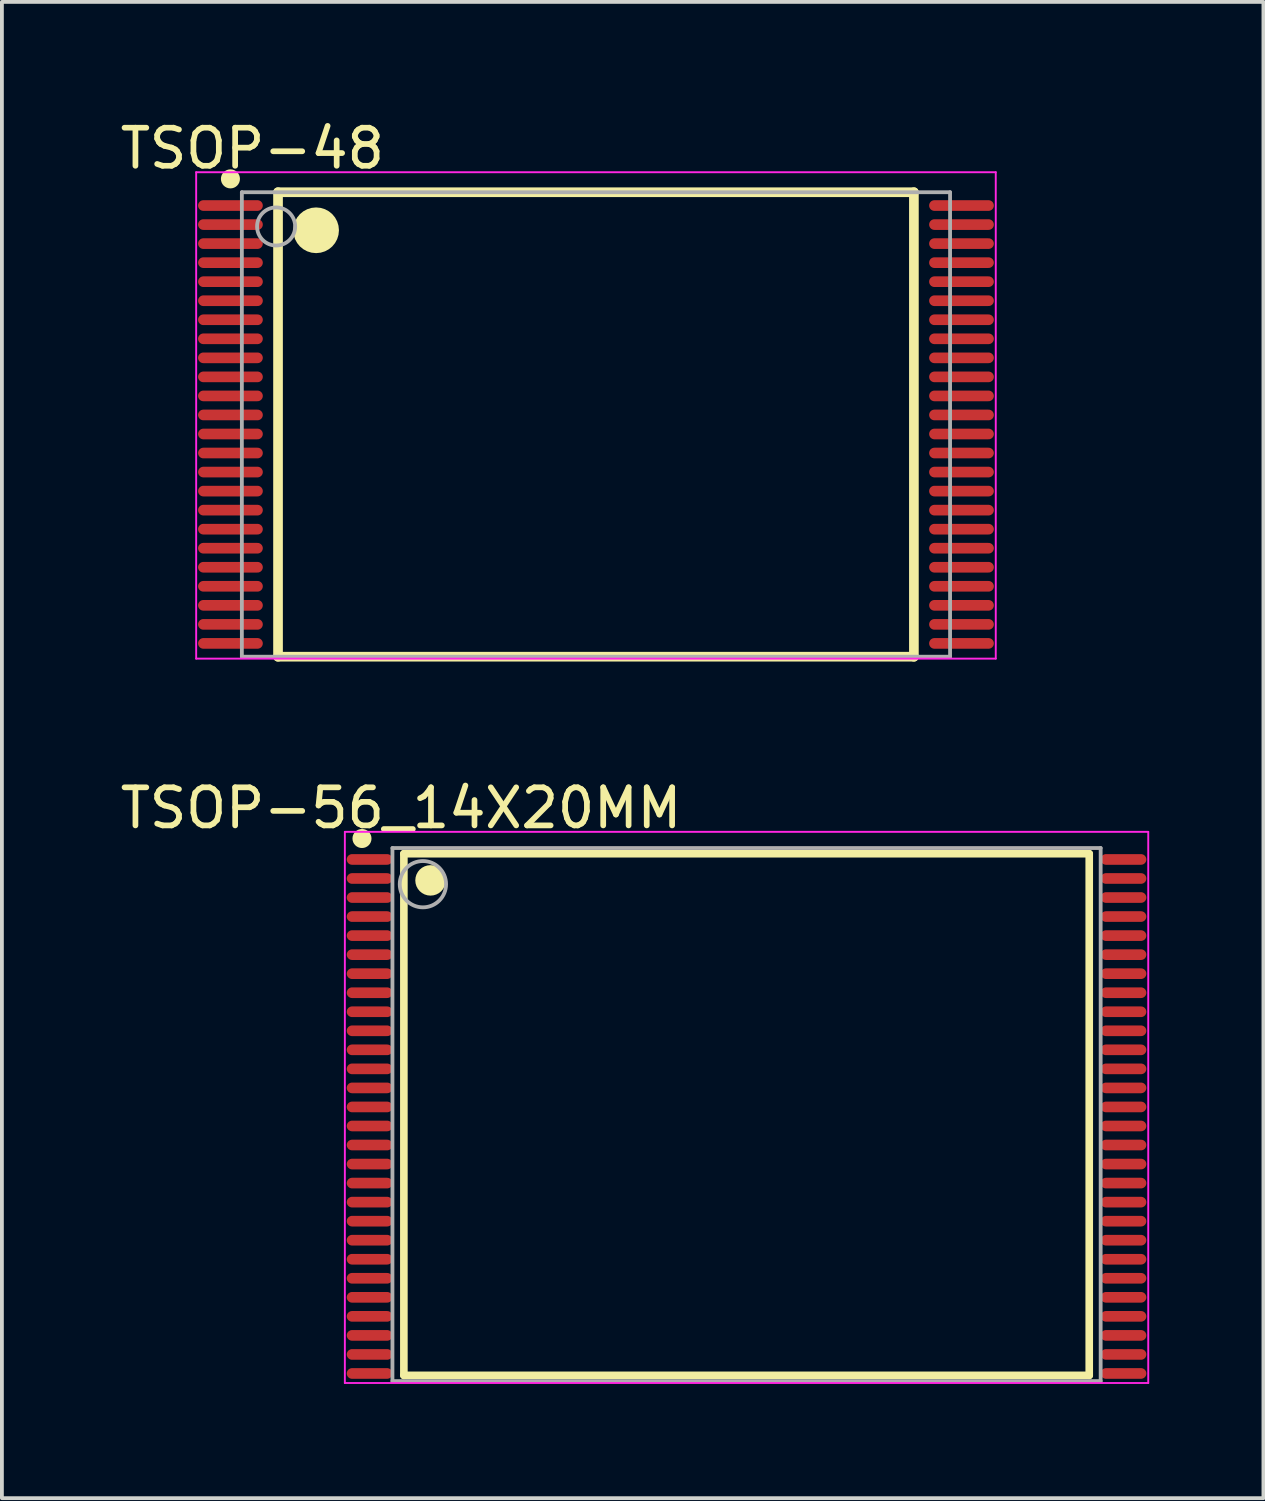
<source format=kicad_pcb>
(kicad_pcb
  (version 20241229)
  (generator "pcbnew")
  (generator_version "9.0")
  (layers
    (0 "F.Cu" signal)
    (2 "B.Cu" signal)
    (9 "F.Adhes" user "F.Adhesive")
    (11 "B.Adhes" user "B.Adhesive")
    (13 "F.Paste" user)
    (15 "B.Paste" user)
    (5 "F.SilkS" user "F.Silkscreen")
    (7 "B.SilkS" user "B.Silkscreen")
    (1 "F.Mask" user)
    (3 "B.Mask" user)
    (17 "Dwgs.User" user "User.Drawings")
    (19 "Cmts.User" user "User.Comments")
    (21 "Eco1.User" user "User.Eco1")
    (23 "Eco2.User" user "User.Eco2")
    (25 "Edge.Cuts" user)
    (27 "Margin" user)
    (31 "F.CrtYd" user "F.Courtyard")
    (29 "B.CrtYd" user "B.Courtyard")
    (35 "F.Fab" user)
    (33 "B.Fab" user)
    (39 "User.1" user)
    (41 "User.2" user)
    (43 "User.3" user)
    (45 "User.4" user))
  (footprint "TSOP-48"
    (layer "F.Cu")
    (at 12.602 8.098)
    (property "Reference" "TSOP-48" (at -9.024 -7.249 0) (layer "F.SilkS") (effects (font (size 1 1) (thickness 0.15))))
    (attr through_hole)
    (fp_line (start -8.35 -6.1) (end 8.35 -6.1) (stroke (width 0.254) (type solid)) (layer "F.SilkS"))
    (fp_line (start -8.35 6.1) (end -8.35 -6.1) (stroke (width 0.254) (type solid)) (layer "F.SilkS"))
    (fp_line (start -8.35 6.1) (end 8.35 6.1) (stroke (width 0.254) (type solid)) (layer "F.SilkS"))
    (fp_line (start 8.35 6.1) (end 8.35 -6.1) (stroke (width 0.254) (type solid)) (layer "F.SilkS"))
    (fp_circle (center -9.6 -6.45) (end -9.475 -6.45) (stroke (width 0.25) (type solid)) (fill no) (layer "F.SilkS"))
    (fp_circle (center -7.35 -5.1) (end -7.05 -5.1) (stroke (width 0.6) (type solid)) (fill no) (layer "F.SilkS"))
    (fp_line (start -10.5 -6.625) (end 10.5 -6.625) (stroke (width 0.05) (type solid)) (layer "F.CrtYd"))
    (fp_line (start -10.5 6.15) (end -10.5 -6.625) (stroke (width 0.05) (type solid)) (layer "F.CrtYd"))
    (fp_line (start 10.5 -6.625) (end 10.5 6.15) (stroke (width 0.05) (type solid)) (layer "F.CrtYd"))
    (fp_line (start 10.5 6.15) (end -10.5 6.15) (stroke (width 0.05) (type solid)) (layer "F.CrtYd"))
    (fp_line (start -9.3 -6.1) (end 9.3 -6.1) (stroke (width 0.1) (type solid)) (layer "F.Fab"))
    (fp_line (start -9.3 6.1) (end -9.3 -6.1) (stroke (width 0.1) (type solid)) (layer "F.Fab"))
    (fp_line (start -9.3 6.1) (end 9.3 6.1) (stroke (width 0.1) (type solid)) (layer "F.Fab"))
    (fp_line (start 9.3 6.1) (end 9.3 -6.1) (stroke (width 0.1) (type solid)) (layer "F.Fab"))
    (fp_circle (center -8.4 -5.2) (end -7.9 -5.2) (stroke (width 0.1) (type solid)) (fill no) (layer "F.Fab"))
    (pad "1" smd oval (at -9.6 -5.75 90) (size 0.28 1.7) (layers "F.Cu" "F.Mask" "F.Paste"))
    (pad "2" smd oval (at -9.6 -5.25 90) (size 0.28 1.7) (layers "F.Cu" "F.Mask" "F.Paste"))
    (pad "3" smd oval (at -9.6 -4.75 90) (size 0.28 1.7) (layers "F.Cu" "F.Mask" "F.Paste"))
    (pad "4" smd oval (at -9.6 -4.25 90) (size 0.28 1.7) (layers "F.Cu" "F.Mask" "F.Paste"))
    (pad "5" smd oval (at -9.6 -3.75 90) (size 0.28 1.7) (layers "F.Cu" "F.Mask" "F.Paste"))
    (pad "6" smd oval (at -9.6 -3.25 90) (size 0.28 1.7) (layers "F.Cu" "F.Mask" "F.Paste"))
    (pad "7" smd oval (at -9.6 -2.75 90) (size 0.28 1.7) (layers "F.Cu" "F.Mask" "F.Paste"))
    (pad "8" smd oval (at -9.6 -2.25 90) (size 0.28 1.7) (layers "F.Cu" "F.Mask" "F.Paste"))
    (pad "9" smd oval (at -9.6 -1.75 90) (size 0.28 1.7) (layers "F.Cu" "F.Mask" "F.Paste"))
    (pad "10" smd oval (at -9.6 -1.25 90) (size 0.28 1.7) (layers "F.Cu" "F.Mask" "F.Paste"))
    (pad "11" smd oval (at -9.6 -0.75 90) (size 0.28 1.7) (layers "F.Cu" "F.Mask" "F.Paste"))
    (pad "12" smd oval (at -9.6 -0.25 90) (size 0.28 1.7) (layers "F.Cu" "F.Mask" "F.Paste"))
    (pad "13" smd oval (at -9.6 0.25 90) (size 0.28 1.7) (layers "F.Cu" "F.Mask" "F.Paste"))
    (pad "14" smd oval (at -9.6 0.75 90) (size 0.28 1.7) (layers "F.Cu" "F.Mask" "F.Paste"))
    (pad "15" smd oval (at -9.6 1.25 90) (size 0.28 1.7) (layers "F.Cu" "F.Mask" "F.Paste"))
    (pad "16" smd oval (at -9.6 1.75 90) (size 0.28 1.7) (layers "F.Cu" "F.Mask" "F.Paste"))
    (pad "17" smd oval (at -9.6 2.25 90) (size 0.28 1.7) (layers "F.Cu" "F.Mask" "F.Paste"))
    (pad "18" smd oval (at -9.6 2.75 90) (size 0.28 1.7) (layers "F.Cu" "F.Mask" "F.Paste"))
    (pad "19" smd oval (at -9.6 3.25 90) (size 0.28 1.7) (layers "F.Cu" "F.Mask" "F.Paste"))
    (pad "20" smd oval (at -9.6 3.75 90) (size 0.28 1.7) (layers "F.Cu" "F.Mask" "F.Paste"))
    (pad "21" smd oval (at -9.6 4.25 90) (size 0.28 1.7) (layers "F.Cu" "F.Mask" "F.Paste"))
    (pad "22" smd oval (at -9.6 4.75 90) (size 0.28 1.7) (layers "F.Cu" "F.Mask" "F.Paste"))
    (pad "23" smd oval (at -9.6 5.25 90) (size 0.28 1.7) (layers "F.Cu" "F.Mask" "F.Paste"))
    (pad "24" smd oval (at -9.6 5.75 90) (size 0.28 1.7) (layers "F.Cu" "F.Mask" "F.Paste"))
    (pad "25" smd oval (at 9.6 5.75 90) (size 0.28 1.7) (layers "F.Cu" "F.Mask" "F.Paste"))
    (pad "26" smd oval (at 9.6 5.25 90) (size 0.28 1.7) (layers "F.Cu" "F.Mask" "F.Paste"))
    (pad "27" smd oval (at 9.6 4.75 90) (size 0.28 1.7) (layers "F.Cu" "F.Mask" "F.Paste"))
    (pad "28" smd oval (at 9.6 4.25 90) (size 0.28 1.7) (layers "F.Cu" "F.Mask" "F.Paste"))
    (pad "29" smd oval (at 9.6 3.75 90) (size 0.28 1.7) (layers "F.Cu" "F.Mask" "F.Paste"))
    (pad "30" smd oval (at 9.6 3.25 90) (size 0.28 1.7) (layers "F.Cu" "F.Mask" "F.Paste"))
    (pad "31" smd oval (at 9.6 2.75 90) (size 0.28 1.7) (layers "F.Cu" "F.Mask" "F.Paste"))
    (pad "32" smd oval (at 9.6 2.25 90) (size 0.28 1.7) (layers "F.Cu" "F.Mask" "F.Paste"))
    (pad "33" smd oval (at 9.6 1.75 90) (size 0.28 1.7) (layers "F.Cu" "F.Mask" "F.Paste"))
    (pad "34" smd oval (at 9.6 1.25 90) (size 0.28 1.7) (layers "F.Cu" "F.Mask" "F.Paste"))
    (pad "35" smd oval (at 9.6 0.75 90) (size 0.28 1.7) (layers "F.Cu" "F.Mask" "F.Paste"))
    (pad "36" smd oval (at 9.6 0.25 90) (size 0.28 1.7) (layers "F.Cu" "F.Mask" "F.Paste"))
    (pad "37" smd oval (at 9.6 -0.25 90) (size 0.28 1.7) (layers "F.Cu" "F.Mask" "F.Paste"))
    (pad "38" smd oval (at 9.6 -0.75 90) (size 0.28 1.7) (layers "F.Cu" "F.Mask" "F.Paste"))
    (pad "39" smd oval (at 9.6 -1.25 90) (size 0.28 1.7) (layers "F.Cu" "F.Mask" "F.Paste"))
    (pad "40" smd oval (at 9.6 -1.75 90) (size 0.28 1.7) (layers "F.Cu" "F.Mask" "F.Paste"))
    (pad "41" smd oval (at 9.6 -2.25 90) (size 0.28 1.7) (layers "F.Cu" "F.Mask" "F.Paste"))
    (pad "42" smd oval (at 9.6 -2.75 90) (size 0.28 1.7) (layers "F.Cu" "F.Mask" "F.Paste"))
    (pad "43" smd oval (at 9.6 -3.25 90) (size 0.28 1.7) (layers "F.Cu" "F.Mask" "F.Paste"))
    (pad "44" smd oval (at 9.6 -3.75 90) (size 0.28 1.7) (layers "F.Cu" "F.Mask" "F.Paste"))
    (pad "45" smd oval (at 9.6 -4.25 90) (size 0.28 1.7) (layers "F.Cu" "F.Mask" "F.Paste"))
    (pad "46" smd oval (at 9.6 -4.75 90) (size 0.28 1.7) (layers "F.Cu" "F.Mask" "F.Paste"))
    (pad "47" smd oval (at 9.6 -5.25 90) (size 0.28 1.7) (layers "F.Cu" "F.Mask" "F.Paste"))
    (pad "48" smd oval (at 9.6 -5.75 90) (size 0.28 1.7) (layers "F.Cu" "F.Mask" "F.Paste")))
  (footprint "TSOP-56_14X20MM"
    (layer "F.Cu")
    (at 16.557 26.272)
    (property "Reference" "TSOP-56_14X20MM" (at -9.074 -8.099 0) (layer "F.SilkS") (effects (font (size 1 1) (thickness 0.15))))
    (attr through_hole)
    (fp_line (start -9 -6.9) (end 9 -6.9) (stroke (width 0.2) (type solid)) (layer "F.SilkS"))
    (fp_line (start -9 6.8) (end -9 -6.9) (stroke (width 0.2) (type solid)) (layer "F.SilkS"))
    (fp_line (start -9 6.8) (end 9 6.8) (stroke (width 0.2) (type solid)) (layer "F.SilkS"))
    (fp_line (start 9 6.8) (end 9 -6.9) (stroke (width 0.2) (type solid)) (layer "F.SilkS"))
    (fp_circle (center -10.1 -7.3) (end -9.975 -7.3) (stroke (width 0.25) (type solid)) (fill no) (layer "F.SilkS"))
    (fp_circle (center -8.3 -6.2) (end -8.1 -6.2) (stroke (width 0.4) (type solid)) (fill no) (layer "F.SilkS"))
    (fp_line (start -10.55 -7.475) (end 10.55 -7.475) (stroke (width 0.05) (type solid)) (layer "F.CrtYd"))
    (fp_line (start -10.55 7) (end -10.55 -7.475) (stroke (width 0.05) (type solid)) (layer "F.CrtYd"))
    (fp_line (start 10.55 -7.475) (end 10.55 7) (stroke (width 0.05) (type solid)) (layer "F.CrtYd"))
    (fp_line (start 10.55 7) (end -10.55 7) (stroke (width 0.05) (type solid)) (layer "F.CrtYd"))
    (fp_line (start -9.3 -7.05) (end 9.3 -7.05) (stroke (width 0.1) (type solid)) (layer "F.Fab"))
    (fp_line (start -9.3 6.95) (end -9.3 -7.05) (stroke (width 0.1) (type solid)) (layer "F.Fab"))
    (fp_line (start -9.3 6.95) (end 9.3 6.95) (stroke (width 0.1) (type solid)) (layer "F.Fab"))
    (fp_line (start 9.3 6.95) (end 9.3 -7.05) (stroke (width 0.1) (type solid)) (layer "F.Fab"))
    (fp_circle (center -8.5 -6.1) (end -7.892 -6.1) (stroke (width 0.1) (type solid)) (fill no) (layer "F.Fab"))
    (pad "1" smd oval (at -9.9 -6.75 90) (size 0.28 1.2) (layers "F.Cu" "F.Mask" "F.Paste"))
    (pad "2" smd oval (at -9.9 -6.25 90) (size 0.28 1.2) (layers "F.Cu" "F.Mask" "F.Paste"))
    (pad "3" smd oval (at -9.9 -5.75 90) (size 0.28 1.2) (layers "F.Cu" "F.Mask" "F.Paste"))
    (pad "4" smd oval (at -9.9 -5.25 90) (size 0.28 1.2) (layers "F.Cu" "F.Mask" "F.Paste"))
    (pad "5" smd oval (at -9.9 -4.75 90) (size 0.28 1.2) (layers "F.Cu" "F.Mask" "F.Paste"))
    (pad "6" smd oval (at -9.9 -4.25 90) (size 0.28 1.2) (layers "F.Cu" "F.Mask" "F.Paste"))
    (pad "7" smd oval (at -9.9 -3.75 90) (size 0.28 1.2) (layers "F.Cu" "F.Mask" "F.Paste"))
    (pad "8" smd oval (at -9.9 -3.25 90) (size 0.28 1.2) (layers "F.Cu" "F.Mask" "F.Paste"))
    (pad "9" smd oval (at -9.9 -2.75 90) (size 0.28 1.2) (layers "F.Cu" "F.Mask" "F.Paste"))
    (pad "10" smd oval (at -9.9 -2.25 90) (size 0.28 1.2) (layers "F.Cu" "F.Mask" "F.Paste"))
    (pad "11" smd oval (at -9.9 -1.75 90) (size 0.28 1.2) (layers "F.Cu" "F.Mask" "F.Paste"))
    (pad "12" smd oval (at -9.9 -1.25 90) (size 0.28 1.2) (layers "F.Cu" "F.Mask" "F.Paste"))
    (pad "13" smd oval (at -9.9 -0.75 90) (size 0.28 1.2) (layers "F.Cu" "F.Mask" "F.Paste"))
    (pad "14" smd oval (at -9.9 -0.25 90) (size 0.28 1.2) (layers "F.Cu" "F.Mask" "F.Paste"))
    (pad "15" smd oval (at -9.9 0.25 90) (size 0.28 1.2) (layers "F.Cu" "F.Mask" "F.Paste"))
    (pad "16" smd oval (at -9.9 0.75 90) (size 0.28 1.2) (layers "F.Cu" "F.Mask" "F.Paste"))
    (pad "17" smd oval (at -9.9 1.25 90) (size 0.28 1.2) (layers "F.Cu" "F.Mask" "F.Paste"))
    (pad "18" smd oval (at -9.9 1.75 90) (size 0.28 1.2) (layers "F.Cu" "F.Mask" "F.Paste"))
    (pad "19" smd oval (at -9.9 2.25 90) (size 0.28 1.2) (layers "F.Cu" "F.Mask" "F.Paste"))
    (pad "20" smd oval (at -9.9 2.75 90) (size 0.28 1.2) (layers "F.Cu" "F.Mask" "F.Paste"))
    (pad "21" smd oval (at -9.9 3.25 90) (size 0.28 1.2) (layers "F.Cu" "F.Mask" "F.Paste"))
    (pad "22" smd oval (at -9.9 3.75 90) (size 0.28 1.2) (layers "F.Cu" "F.Mask" "F.Paste"))
    (pad "23" smd oval (at -9.9 4.25 90) (size 0.28 1.2) (layers "F.Cu" "F.Mask" "F.Paste"))
    (pad "24" smd oval (at -9.9 4.75 90) (size 0.28 1.2) (layers "F.Cu" "F.Mask" "F.Paste"))
    (pad "25" smd oval (at -9.9 5.25 90) (size 0.28 1.2) (layers "F.Cu" "F.Mask" "F.Paste"))
    (pad "26" smd oval (at -9.9 5.75 90) (size 0.28 1.2) (layers "F.Cu" "F.Mask" "F.Paste"))
    (pad "27" smd oval (at -9.9 6.25 90) (size 0.28 1.2) (layers "F.Cu" "F.Mask" "F.Paste"))
    (pad "28" smd oval (at -9.9 6.75 90) (size 0.28 1.2) (layers "F.Cu" "F.Mask" "F.Paste"))
    (pad "29" smd oval (at 9.9 6.75 270) (size 0.28 1.2) (layers "F.Cu" "F.Mask" "F.Paste"))
    (pad "30" smd oval (at 9.9 6.25 270) (size 0.28 1.2) (layers "F.Cu" "F.Mask" "F.Paste"))
    (pad "31" smd oval (at 9.9 5.75 270) (size 0.28 1.2) (layers "F.Cu" "F.Mask" "F.Paste"))
    (pad "32" smd oval (at 9.9 5.25 270) (size 0.28 1.2) (layers "F.Cu" "F.Mask" "F.Paste"))
    (pad "33" smd oval (at 9.9 4.75 270) (size 0.28 1.2) (layers "F.Cu" "F.Mask" "F.Paste"))
    (pad "34" smd oval (at 9.9 4.25 270) (size 0.28 1.2) (layers "F.Cu" "F.Mask" "F.Paste"))
    (pad "35" smd oval (at 9.9 3.75 270) (size 0.28 1.2) (layers "F.Cu" "F.Mask" "F.Paste"))
    (pad "36" smd oval (at 9.9 3.25 270) (size 0.28 1.2) (layers "F.Cu" "F.Mask" "F.Paste"))
    (pad "37" smd oval (at 9.9 2.75 270) (size 0.28 1.2) (layers "F.Cu" "F.Mask" "F.Paste"))
    (pad "38" smd oval (at 9.9 2.25 270) (size 0.28 1.2) (layers "F.Cu" "F.Mask" "F.Paste"))
    (pad "39" smd oval (at 9.9 1.75 270) (size 0.28 1.2) (layers "F.Cu" "F.Mask" "F.Paste"))
    (pad "40" smd oval (at 9.9 1.25 270) (size 0.28 1.2) (layers "F.Cu" "F.Mask" "F.Paste"))
    (pad "41" smd oval (at 9.9 0.75 270) (size 0.28 1.2) (layers "F.Cu" "F.Mask" "F.Paste"))
    (pad "42" smd oval (at 9.9 0.25 270) (size 0.28 1.2) (layers "F.Cu" "F.Mask" "F.Paste"))
    (pad "43" smd oval (at 9.9 -0.25 270) (size 0.28 1.2) (layers "F.Cu" "F.Mask" "F.Paste"))
    (pad "44" smd oval (at 9.9 -0.75 270) (size 0.28 1.2) (layers "F.Cu" "F.Mask" "F.Paste"))
    (pad "45" smd oval (at 9.9 -1.25 270) (size 0.28 1.2) (layers "F.Cu" "F.Mask" "F.Paste"))
    (pad "46" smd oval (at 9.9 -1.75 270) (size 0.28 1.2) (layers "F.Cu" "F.Mask" "F.Paste"))
    (pad "47" smd oval (at 9.9 -2.25 270) (size 0.28 1.2) (layers "F.Cu" "F.Mask" "F.Paste"))
    (pad "48" smd oval (at 9.9 -2.75 270) (size 0.28 1.2) (layers "F.Cu" "F.Mask" "F.Paste"))
    (pad "49" smd oval (at 9.9 -3.25 270) (size 0.28 1.2) (layers "F.Cu" "F.Mask" "F.Paste"))
    (pad "50" smd oval (at 9.9 -3.75 270) (size 0.28 1.2) (layers "F.Cu" "F.Mask" "F.Paste"))
    (pad "51" smd oval (at 9.9 -4.25 270) (size 0.28 1.2) (layers "F.Cu" "F.Mask" "F.Paste"))
    (pad "52" smd oval (at 9.9 -4.75 270) (size 0.28 1.2) (layers "F.Cu" "F.Mask" "F.Paste"))
    (pad "53" smd oval (at 9.9 -5.25 270) (size 0.28 1.2) (layers "F.Cu" "F.Mask" "F.Paste"))
    (pad "54" smd oval (at 9.9 -5.75 270) (size 0.28 1.2) (layers "F.Cu" "F.Mask" "F.Paste"))
    (pad "55" smd oval (at 9.9 -6.25 270) (size 0.28 1.2) (layers "F.Cu" "F.Mask" "F.Paste"))
    (pad "56" smd oval (at 9.9 -6.75 270) (size 0.28 1.2) (layers "F.Cu" "F.Mask" "F.Paste")))
  (gr_rect
    (start -3 -3)
    (end 30.132 36.297)
    (stroke (width 0.1) (type default))
    (fill no)
    (layer "Edge.Cuts")))
</source>
